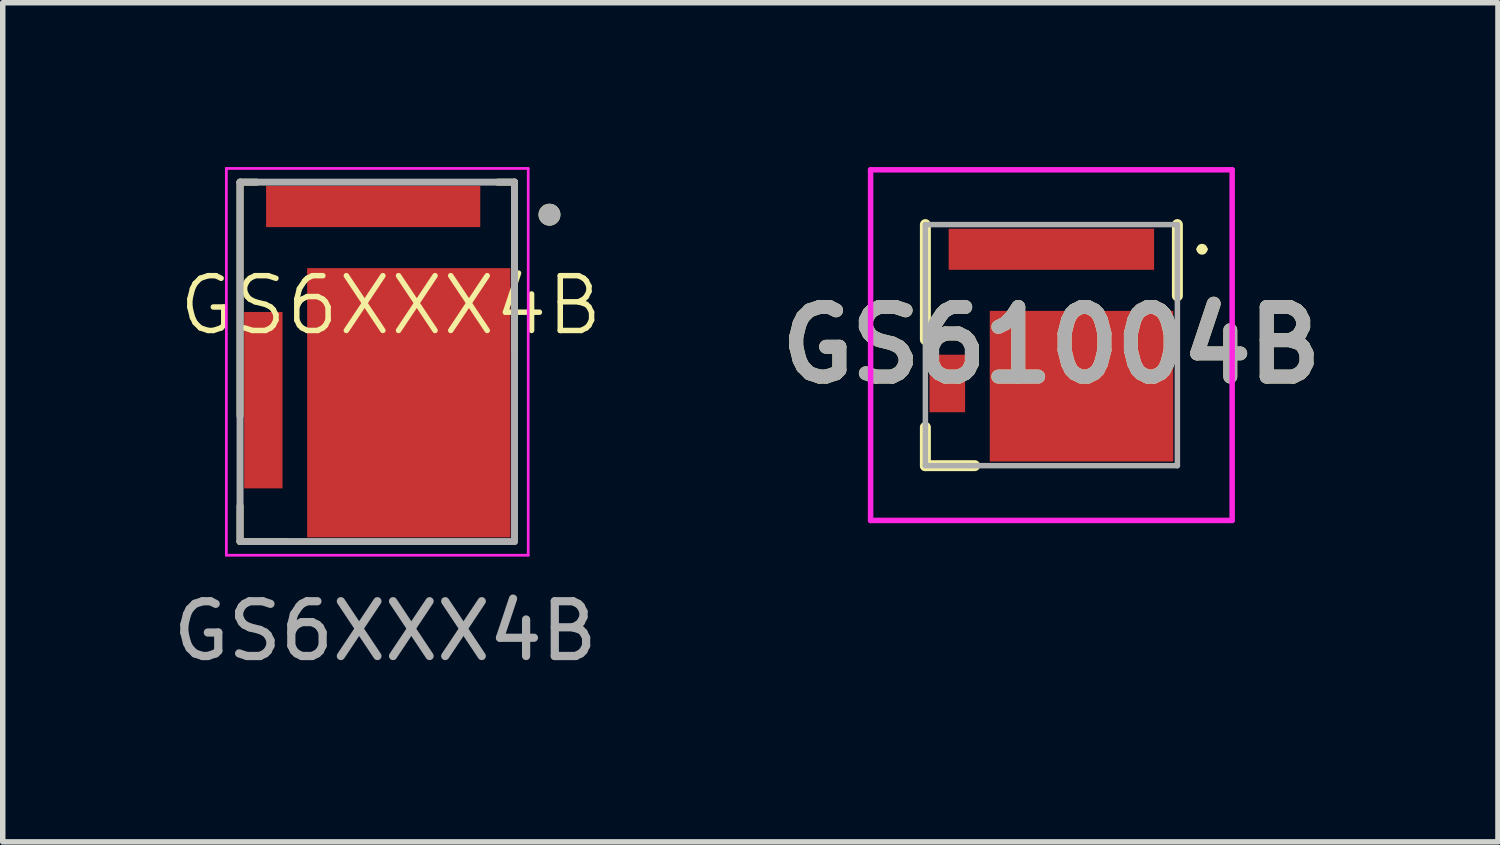
<source format=kicad_pcb>
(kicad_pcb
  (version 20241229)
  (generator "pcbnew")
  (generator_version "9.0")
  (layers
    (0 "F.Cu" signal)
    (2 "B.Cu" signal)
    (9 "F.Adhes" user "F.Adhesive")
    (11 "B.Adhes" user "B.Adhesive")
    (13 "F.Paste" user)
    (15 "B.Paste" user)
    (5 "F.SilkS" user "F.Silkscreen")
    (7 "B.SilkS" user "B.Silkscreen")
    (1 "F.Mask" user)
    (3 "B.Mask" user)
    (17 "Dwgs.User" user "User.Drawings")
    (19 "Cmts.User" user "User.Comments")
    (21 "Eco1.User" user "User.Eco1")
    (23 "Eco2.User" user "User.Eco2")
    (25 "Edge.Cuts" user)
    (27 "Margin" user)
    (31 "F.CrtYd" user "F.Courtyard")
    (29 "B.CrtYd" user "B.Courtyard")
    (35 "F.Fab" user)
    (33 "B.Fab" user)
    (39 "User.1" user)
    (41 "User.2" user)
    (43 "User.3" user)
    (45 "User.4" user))
  (footprint "GS61004B"
    (layer "F.Cu")
    (at 16.142 3.25)
    (property "Reference" "GS61004B" (at 0 0 0) (layer "F.SilkS") (effects (font (size 1.27 1.27) (thickness 0.254))))
    (attr smd)
    (fp_line (start -2.3 -2.2) (end -2.3 -0.1) (stroke (width 0.2) (type solid)) (layer "F.SilkS"))
    (fp_line (start -2.3 1.5) (end -2.3 2.2) (stroke (width 0.2) (type solid)) (layer "F.SilkS"))
    (fp_line (start -2.3 2.2) (end -1.4 2.2) (stroke (width 0.2) (type solid)) (layer "F.SilkS"))
    (fp_line (start 2.3 -2.2) (end 2.3 -0.9) (stroke (width 0.2) (type solid)) (layer "F.SilkS"))
    (fp_line (start 2.7 -1.75) (end 2.7 -1.75) (stroke (width 0.1) (type solid)) (layer "F.SilkS"))
    (fp_line (start 2.8 -1.75) (end 2.8 -1.75) (stroke (width 0.1) (type solid)) (layer "F.SilkS"))
    (fp_arc (start 2.7 -1.75) (mid 2.75 -1.8) (end 2.8 -1.75) (stroke (width 0.1) (type solid)) (layer "F.SilkS"))
    (fp_arc (start 2.8 -1.75) (mid 2.75 -1.7) (end 2.7 -1.75) (stroke (width 0.1) (type solid)) (layer "F.SilkS"))
    (fp_line (start -3.3 -3.2) (end 3.3 -3.2) (stroke (width 0.1) (type solid)) (layer "F.CrtYd"))
    (fp_line (start -3.3 3.2) (end -3.3 -3.2) (stroke (width 0.1) (type solid)) (layer "F.CrtYd"))
    (fp_line (start 3.3 -3.2) (end 3.3 3.2) (stroke (width 0.1) (type solid)) (layer "F.CrtYd"))
    (fp_line (start 3.3 3.2) (end -3.3 3.2) (stroke (width 0.1) (type solid)) (layer "F.CrtYd"))
    (fp_line (start -2.3 -2.2) (end -2.3 2.2) (stroke (width 0.1) (type solid)) (layer "F.Fab"))
    (fp_line (start -2.3 2.2) (end 2.3 2.2) (stroke (width 0.1) (type solid)) (layer "F.Fab"))
    (fp_line (start 2.3 -2.2) (end -2.3 -2.2) (stroke (width 0.1) (type solid)) (layer "F.Fab"))
    (fp_line (start 2.3 2.2) (end 2.3 -2.2) (stroke (width 0.1) (type solid)) (layer "F.Fab"))
    (fp_text user "${REFERENCE}" (at 0 0 0) (layer "F.Fab") (effects (font (size 1.27 1.27) (thickness 0.254))))
    (pad "1" smd rect (at 0 -1.75 90) (size 0.75 3.75) (layers "F.Cu" "F.Mask" "F.Paste"))
    (pad "2" smd rect (at -1.9 0.7) (size 0.65 1.05) (layers "F.Cu" "F.Mask" "F.Paste"))
    (pad "3" smd rect (at 0.55 0.75 90) (size 2.75 3.35) (layers "F.Cu" "F.Mask" "F.Paste")))
  (footprint "GS6XXX4B"
    (layer "F.Cu")
    (at 4.082 3.37)
    (property "Reference" "GS6XXX4B" (at 0 -0.845 0) (unlocked yes) (layer "F.SilkS") (effects (font (size 1 1) (thickness 0.1))))
    (attr smd)
    (fp_line (start -2.75 -3.095) (end -2.445 -3.095) (stroke (width 0.127) (type solid)) (layer "F.SilkS"))
    (fp_line (start -2.75 1.175) (end -2.75 -3.095) (stroke (width 0.127) (type solid)) (layer "F.SilkS"))
    (fp_line (start -2.75 3.465) (end -2.75 2.815) (stroke (width 0.127) (type solid)) (layer "F.SilkS"))
    (fp_line (start -1.895 3.465) (end -2.75 3.465) (stroke (width 0.127) (type solid)) (layer "F.SilkS"))
    (fp_line (start 1.955 -3.095) (end 2.26 -3.095) (stroke (width 0.127) (type solid)) (layer "F.SilkS"))
    (fp_line (start 2.26 -3.095) (end 2.26 0) (stroke (width 0.127) (type solid)) (layer "F.SilkS"))
    (fp_circle (center 2.898 -2.501) (end 2.998 -2.501) (stroke (width 0.2) (type solid)) (fill no) (layer "F.SilkS"))
    (fp_line (start -3 -3.345) (end -3 3.715) (stroke (width 0.05) (type solid)) (layer "F.CrtYd"))
    (fp_line (start -3 3.715) (end 2.51 3.715) (stroke (width 0.05) (type solid)) (layer "F.CrtYd"))
    (fp_line (start 2.51 -3.345) (end -3 -3.345) (stroke (width 0.05) (type solid)) (layer "F.CrtYd"))
    (fp_line (start 2.51 3.715) (end 2.51 -3.345) (stroke (width 0.05) (type solid)) (layer "F.CrtYd"))
    (fp_line (start -2.75 -3.095) (end 2.26 -3.095) (stroke (width 0.127) (type solid)) (layer "F.Fab"))
    (fp_line (start -2.75 3.465) (end -2.75 -3.095) (stroke (width 0.127) (type solid)) (layer "F.Fab"))
    (fp_line (start 2.26 -3.095) (end 2.26 3.465) (stroke (width 0.127) (type solid)) (layer "F.Fab"))
    (fp_line (start 2.26 3.465) (end -2.75 3.465) (stroke (width 0.127) (type solid)) (layer "F.Fab"))
    (fp_circle (center 2.898 -2.501) (end 2.998 -2.501) (stroke (width 0.2) (type solid)) (fill no) (layer "F.Fab"))
    (fp_text user "${REFERENCE}" (at -0.1 5.1 0) (unlocked yes) (layer "F.Fab") (effects (font (size 1 1) (thickness 0.15))))
    (pad "1" smd rect (at -0.32 -2.65) (size 3.91 0.75) (layers "F.Cu" "F.Mask" "F.Paste"))
    (pad "2" smd rect (at -2.325 0.885) (size 0.7 3.22) (layers "F.Cu" "F.Mask" "F.Paste"))
    (pad "3" smd rect (at 0.33 0.932) (size 3.71 4.915) (layers "F.Cu" "F.Mask" "F.Paste")))
  (gr_rect
    (start -3 -3)
    (end 24.294 12.318)
    (stroke (width 0.1) (type default))
    (fill no)
    (layer "Edge.Cuts")))
</source>
